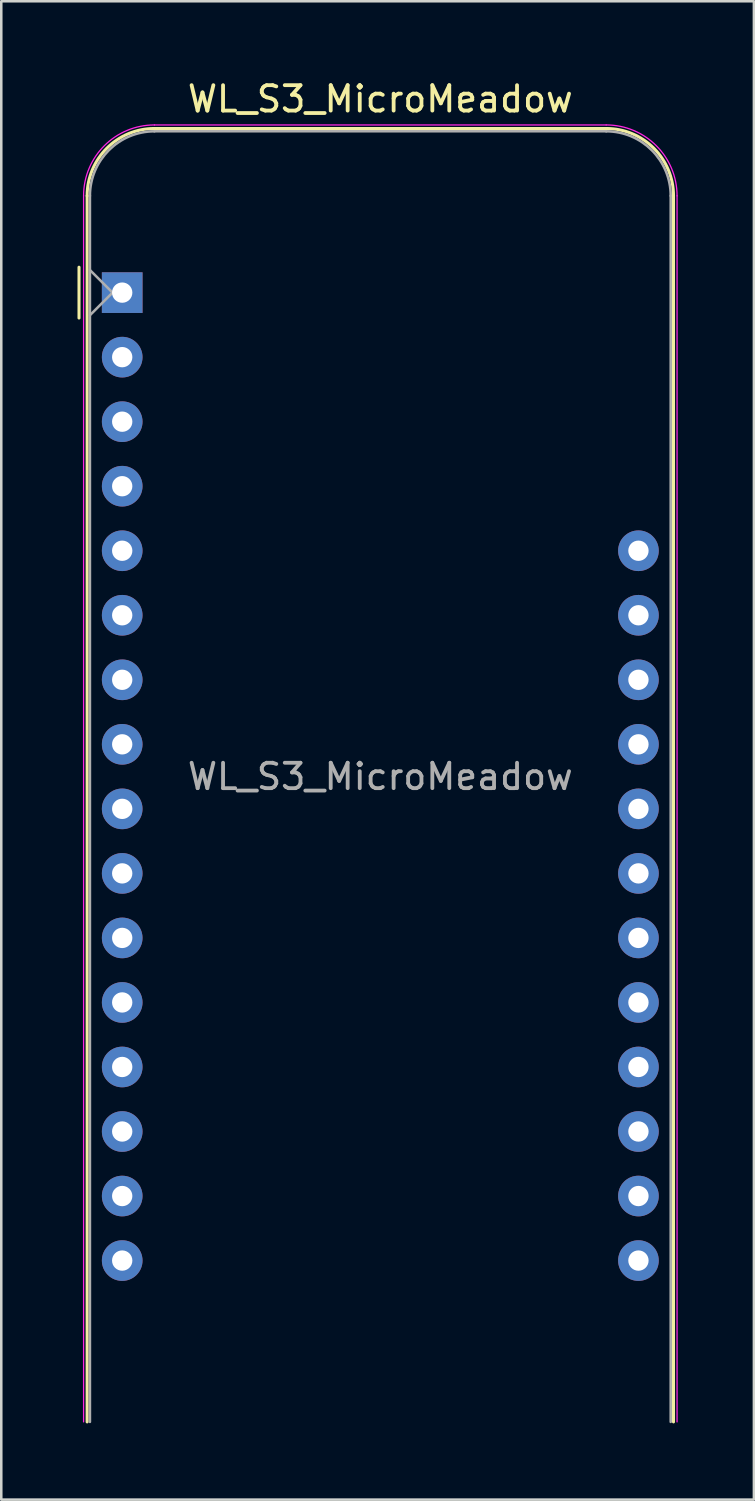
<source format=kicad_pcb>
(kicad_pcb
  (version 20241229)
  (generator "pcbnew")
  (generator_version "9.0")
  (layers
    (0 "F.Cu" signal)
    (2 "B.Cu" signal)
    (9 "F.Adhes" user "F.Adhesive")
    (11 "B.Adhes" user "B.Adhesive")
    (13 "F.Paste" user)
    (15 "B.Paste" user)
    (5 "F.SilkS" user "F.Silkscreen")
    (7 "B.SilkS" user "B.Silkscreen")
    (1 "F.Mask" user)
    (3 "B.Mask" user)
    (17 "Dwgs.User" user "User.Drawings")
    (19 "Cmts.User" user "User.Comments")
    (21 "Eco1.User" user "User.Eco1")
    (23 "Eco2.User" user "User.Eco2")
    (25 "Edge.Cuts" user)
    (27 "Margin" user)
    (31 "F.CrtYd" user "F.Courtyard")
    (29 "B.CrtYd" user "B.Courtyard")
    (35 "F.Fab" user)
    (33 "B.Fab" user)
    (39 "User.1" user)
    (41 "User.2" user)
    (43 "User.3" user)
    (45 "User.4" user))
  (footprint "WL_S3_MicroMeadow"
    (layer "F.Cu")
    (at 1.76 8.468)
    (property "Reference" "WL_S3_MicroMeadow" (at 10.16 -7.62 0) (layer "F.SilkS") (effects (font (size 1 1) (thickness 0.15))))
    (attr through_hole)
    (fp_line (start -1.7 1) (end -1.7 -1) (stroke (width 0.12) (type solid)) (layer "F.SilkS"))
    (fp_line (start -1.38 -3.81) (end -1.38 44.45) (stroke (width 0.12) (type solid)) (layer "F.SilkS"))
    (fp_line (start 19.05 -6.46) (end 1.27 -6.46) (stroke (width 0.12) (type solid)) (layer "F.SilkS"))
    (fp_line (start 21.7 -3.81) (end 21.7 44.45) (stroke (width 0.12) (type solid)) (layer "F.SilkS"))
    (fp_arc (start -1.38 -3.81) (mid -0.603833 -5.683833) (end 1.27 -6.46) (stroke (width 0.12) (type solid)) (layer "F.SilkS"))
    (fp_arc (start 19.05 -6.46) (mid 20.923833 -5.683833) (end 21.7 -3.81) (stroke (width 0.12) (type solid)) (layer "F.SilkS"))
    (fp_line (start -1.52 44.45) (end -1.52 -3.81) (stroke (width 0.05) (type solid)) (layer "F.CrtYd"))
    (fp_line (start 19.05 -6.6) (end 1.27 -6.6) (stroke (width 0.05) (type solid)) (layer "F.CrtYd"))
    (fp_line (start 21.84 44.45) (end 21.84 -3.81) (stroke (width 0.05) (type solid)) (layer "F.CrtYd"))
    (fp_arc (start -1.52 -3.81) (mid -0.702828 -5.782828) (end 1.27 -6.6) (stroke (width 0.05) (type solid)) (layer "F.CrtYd"))
    (fp_arc (start 19.05 -6.6) (mid 21.022828 -5.782828) (end 21.84 -3.81) (stroke (width 0.05) (type solid)) (layer "F.CrtYd"))
    (fp_line (start -1.27 -3.81) (end -1.27 44.45) (stroke (width 0.1) (type solid)) (layer "F.Fab"))
    (fp_line (start -1.27 -0.889) (end -0.381 0) (stroke (width 0.1) (type solid)) (layer "F.Fab"))
    (fp_line (start -0.381 0) (end -1.27 0.889) (stroke (width 0.1) (type solid)) (layer "F.Fab"))
    (fp_line (start 19.05 -6.35) (end 1.27 -6.35) (stroke (width 0.1) (type solid)) (layer "F.Fab"))
    (fp_line (start 21.59 44.45) (end 21.59 -3.81) (stroke (width 0.1) (type solid)) (layer "F.Fab"))
    (fp_arc (start -1.27 -3.81) (mid -0.526051 -5.606051) (end 1.27 -6.35) (stroke (width 0.1) (type solid)) (layer "F.Fab"))
    (fp_arc (start 19.05 -6.35) (mid 20.846051 -5.606051) (end 21.59 -3.81) (stroke (width 0.1) (type solid)) (layer "F.Fab"))
    (fp_text user "${REFERENCE}" (at 10.16 19.05 180) (layer "F.Fab") (effects (font (size 1 1) (thickness 0.15))))
    (pad "1" thru_hole rect (at 0 0 180) (size 1.6 1.6) (drill 0.8) (layers "*.Cu" "*.Mask"))
    (pad "2" thru_hole circle (at 0 2.54 180) (size 1.6 1.6) (drill 0.8) (layers "*.Cu" "*.Mask"))
    (pad "3" thru_hole circle (at 0 5.08 180) (size 1.6 1.6) (drill 0.8) (layers "*.Cu" "*.Mask"))
    (pad "4" thru_hole circle (at 0 7.62 180) (size 1.6 1.6) (drill 0.8) (layers "*.Cu" "*.Mask"))
    (pad "5" thru_hole circle (at 0 10.16 180) (size 1.6 1.6) (drill 0.8) (layers "*.Cu" "*.Mask"))
    (pad "6" thru_hole circle (at 0 12.7 180) (size 1.6 1.6) (drill 0.8) (layers "*.Cu" "*.Mask"))
    (pad "7" thru_hole circle (at 0 15.24 180) (size 1.6 1.6) (drill 0.8) (layers "*.Cu" "*.Mask"))
    (pad "8" thru_hole circle (at 0 17.78 180) (size 1.6 1.6) (drill 0.8) (layers "*.Cu" "*.Mask"))
    (pad "9" thru_hole circle (at 0 20.32 180) (size 1.6 1.6) (drill 0.8) (layers "*.Cu" "*.Mask"))
    (pad "10" thru_hole circle (at 0 22.86 180) (size 1.6 1.6) (drill 0.8) (layers "*.Cu" "*.Mask"))
    (pad "11" thru_hole circle (at 0 25.4 180) (size 1.6 1.6) (drill 0.8) (layers "*.Cu" "*.Mask"))
    (pad "12" thru_hole circle (at 0 27.94 180) (size 1.6 1.6) (drill 0.8) (layers "*.Cu" "*.Mask"))
    (pad "13" thru_hole circle (at 0 30.48 180) (size 1.6 1.6) (drill 0.8) (layers "*.Cu" "*.Mask"))
    (pad "14" thru_hole circle (at 0 33.02 180) (size 1.6 1.6) (drill 0.8) (layers "*.Cu" "*.Mask"))
    (pad "15" thru_hole circle (at 0 35.56 180) (size 1.6 1.6) (drill 0.8) (layers "*.Cu" "*.Mask"))
    (pad "16" thru_hole circle (at 0 38.1 180) (size 1.6 1.6) (drill 0.8) (layers "*.Cu" "*.Mask"))
    (pad "17" thru_hole circle (at 20.32 38.1 180) (size 1.6 1.6) (drill 0.8) (layers "*.Cu" "*.Mask"))
    (pad "18" thru_hole circle (at 20.32 35.56 180) (size 1.6 1.6) (drill 0.8) (layers "*.Cu" "*.Mask"))
    (pad "19" thru_hole circle (at 20.32 33.02 180) (size 1.6 1.6) (drill 0.8) (layers "*.Cu" "*.Mask"))
    (pad "20" thru_hole circle (at 20.32 30.48 180) (size 1.6 1.6) (drill 0.8) (layers "*.Cu" "*.Mask"))
    (pad "21" thru_hole circle (at 20.32 27.94 180) (size 1.6 1.6) (drill 0.8) (layers "*.Cu" "*.Mask"))
    (pad "22" thru_hole circle (at 20.32 25.4 180) (size 1.6 1.6) (drill 0.8) (layers "*.Cu" "*.Mask"))
    (pad "23" thru_hole circle (at 20.32 22.86 180) (size 1.6 1.6) (drill 0.8) (layers "*.Cu" "*.Mask"))
    (pad "24" thru_hole circle (at 20.32 20.32 180) (size 1.6 1.6) (drill 0.8) (layers "*.Cu" "*.Mask"))
    (pad "25" thru_hole circle (at 20.32 17.78 180) (size 1.6 1.6) (drill 0.8) (layers "*.Cu" "*.Mask"))
    (pad "26" thru_hole circle (at 20.32 15.24 180) (size 1.6 1.6) (drill 0.8) (layers "*.Cu" "*.Mask"))
    (pad "27" thru_hole circle (at 20.32 12.7 180) (size 1.6 1.6) (drill 0.8) (layers "*.Cu" "*.Mask"))
    (pad "28" thru_hole circle (at 20.32 10.16 180) (size 1.6 1.6) (drill 0.8) (layers "*.Cu" "*.Mask")))
  (gr_rect
    (start -3 -3)
    (end 26.625 55.978)
    (stroke (width 0.1) (type default))
    (fill no)
    (layer "Edge.Cuts")))
</source>
